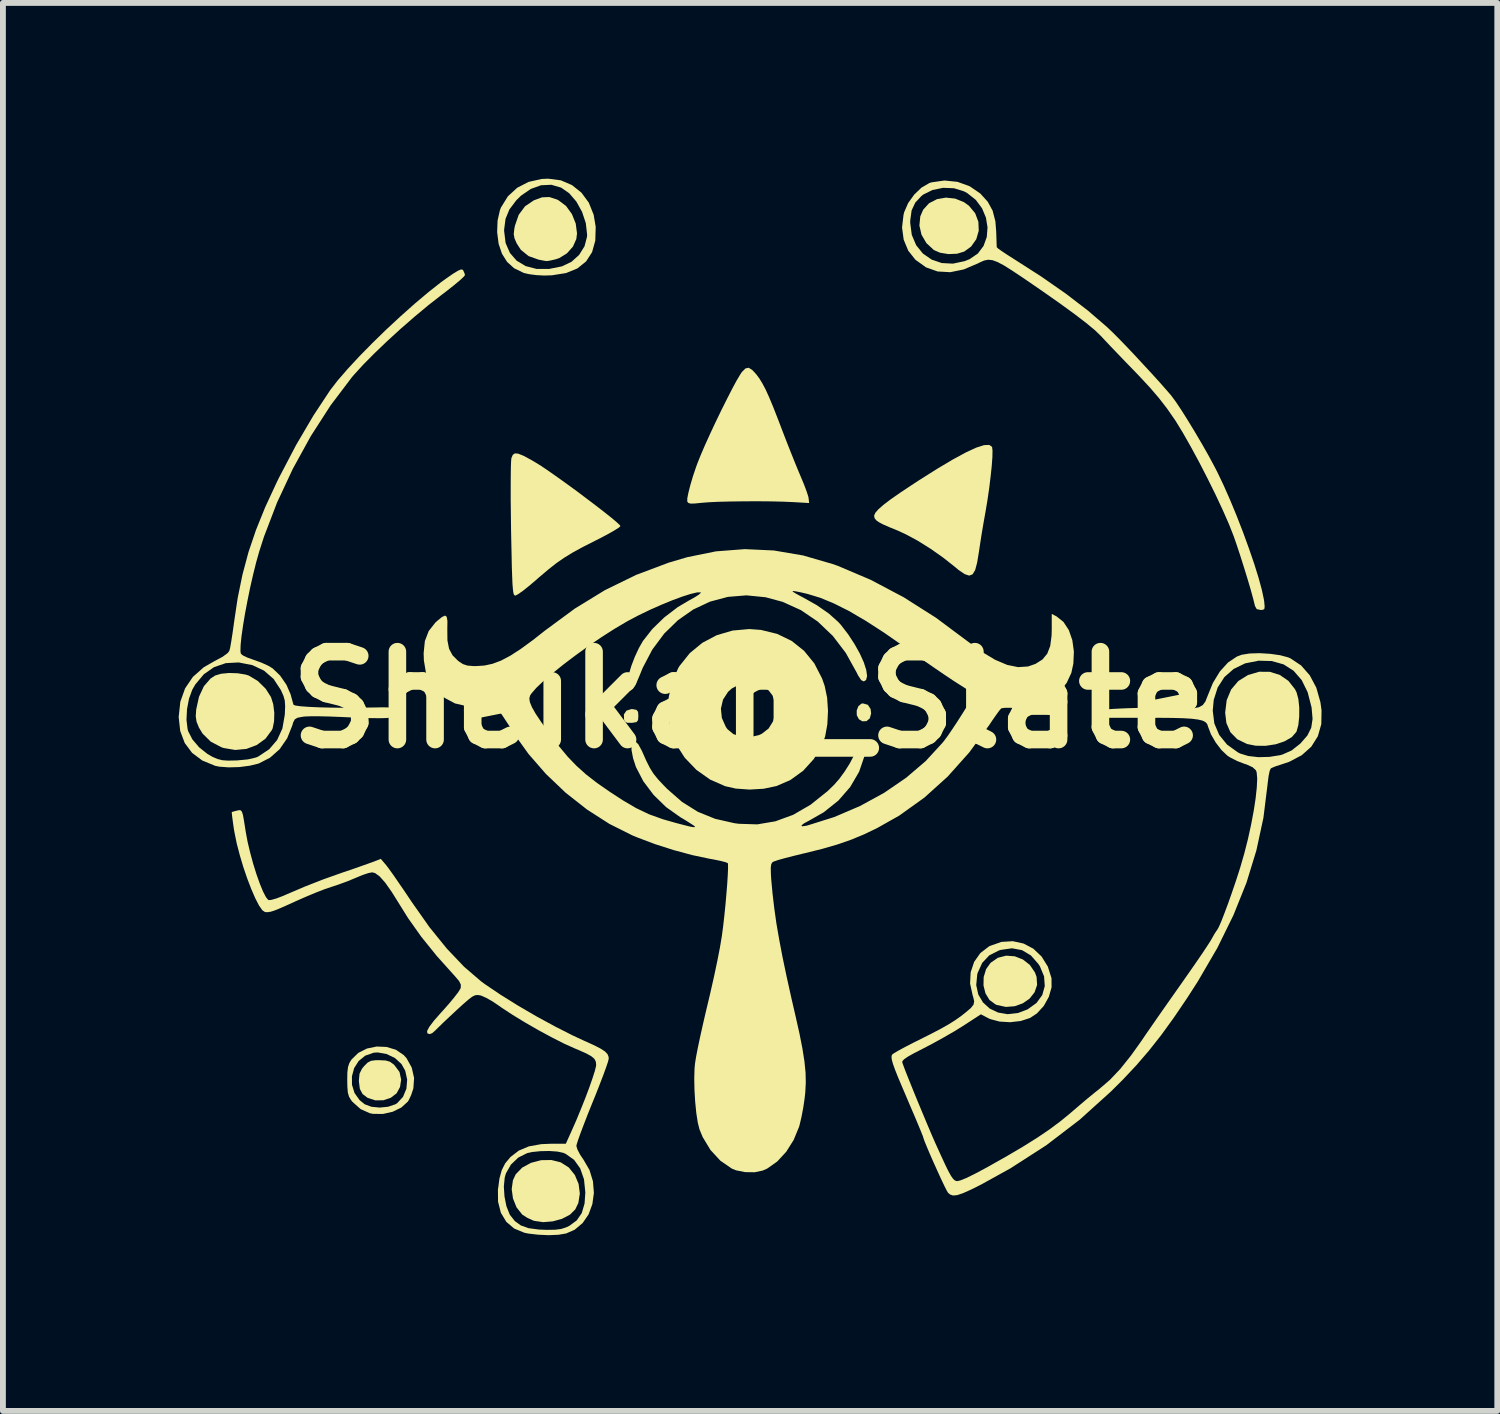
<source format=kicad_pcb>
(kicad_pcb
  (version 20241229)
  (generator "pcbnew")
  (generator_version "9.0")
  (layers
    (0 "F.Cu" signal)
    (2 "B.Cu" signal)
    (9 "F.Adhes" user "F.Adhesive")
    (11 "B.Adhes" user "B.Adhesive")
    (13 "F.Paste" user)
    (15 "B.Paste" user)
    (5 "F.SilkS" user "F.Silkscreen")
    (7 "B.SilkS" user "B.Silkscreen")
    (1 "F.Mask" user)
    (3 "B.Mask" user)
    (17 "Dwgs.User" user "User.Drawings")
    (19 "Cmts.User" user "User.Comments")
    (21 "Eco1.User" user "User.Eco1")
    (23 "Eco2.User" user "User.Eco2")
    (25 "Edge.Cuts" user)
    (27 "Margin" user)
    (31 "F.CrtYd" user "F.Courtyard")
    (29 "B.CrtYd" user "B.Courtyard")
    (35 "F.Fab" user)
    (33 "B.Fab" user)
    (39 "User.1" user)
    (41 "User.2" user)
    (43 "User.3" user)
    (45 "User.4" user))
  (footprint "Sheikah_Slate"
    (layer "F.Cu")
    (at 9.733 8.895)
    (property "Reference" "Sheikah_Slate" (at 0 0 0) (layer "F.SilkS") (effects (font (size 1.5 1.5) (thickness 0.3))))
    (attr board_only exclude_from_pos_files exclude_from_bom)
    (fp_poly (pts (xy 2.03 0.085) (xy 2.077 0.156) (xy 2.086 0.233) (xy 2.063 0.317) (xy 2.007 0.364) (xy 1.935 0.367) (xy 1.877 0.331) (xy 1.841 0.263) (xy 1.84 0.182) (xy 1.868 0.109) (xy 1.92 0.066) (xy 1.945 0.061)) (stroke (width 0) (type solid)) (fill yes) (layer "F.SilkS"))
    (fp_poly (pts (xy -1.984 0.159) (xy -1.918 0.172) (xy -1.892 0.206) (xy -1.887 0.276) (xy -1.892 0.347) (xy -1.919 0.38) (xy -1.986 0.392) (xy -1.999 0.393) (xy -2.079 0.392) (xy -2.119 0.368) (xy -2.131 0.34) (xy -2.134 0.249) (xy -2.089 0.184) (xy -2.005 0.158)) (stroke (width 0) (type solid)) (fill yes) (layer "F.SilkS"))
    (fp_poly (pts (xy 3.521 -8.555) (xy 3.673 -8.493) (xy 3.756 -8.433) (xy 3.862 -8.305) (xy 3.917 -8.159) (xy 3.923 -8.007) (xy 3.881 -7.862) (xy 3.793 -7.737) (xy 3.675 -7.651) (xy 3.553 -7.614) (xy 3.406 -7.608) (xy 3.263 -7.631) (xy 3.157 -7.677) (xy 3.03 -7.795) (xy 2.946 -7.938) (xy 2.91 -8.095) (xy 2.925 -8.251) (xy 2.974 -8.365) (xy 3.075 -8.476) (xy 3.209 -8.545) (xy 3.362 -8.572)) (stroke (width 0) (type solid)) (fill yes) (layer "F.SilkS"))
    (fp_poly (pts (xy 4.538 4.378) (xy 4.676 4.432) (xy 4.795 4.525) (xy 4.882 4.653) (xy 4.91 4.729) (xy 4.919 4.867) (xy 4.876 4.992) (xy 4.792 5.099) (xy 4.676 5.18) (xy 4.538 5.23) (xy 4.387 5.242) (xy 4.233 5.209) (xy 4.209 5.199) (xy 4.107 5.124) (xy 4.038 5.011) (xy 4.004 4.876) (xy 4.007 4.732) (xy 4.049 4.596) (xy 4.125 4.489) (xy 4.25 4.403) (xy 4.392 4.367)) (stroke (width 0) (type solid)) (fill yes) (layer "F.SilkS"))
    (fp_poly (pts (xy -6.201 6.156) (xy -6.128 6.177) (xy -6.064 6.223) (xy -6.049 6.238) (xy -5.964 6.352) (xy -5.936 6.483) (xy -5.955 6.609) (xy -6.013 6.716) (xy -6.113 6.793) (xy -6.239 6.835) (xy -6.376 6.837) (xy -6.509 6.794) (xy -6.51 6.793) (xy -6.594 6.729) (xy -6.641 6.641) (xy -6.657 6.513) (xy -6.657 6.491) (xy -6.646 6.381) (xy -6.604 6.296) (xy -6.567 6.251) (xy -6.508 6.192) (xy -6.45 6.162) (xy -6.369 6.151) (xy -6.309 6.151)) (stroke (width 0) (type solid)) (fill yes) (layer "F.SilkS"))
    (fp_poly (pts (xy -3.212 7.895) (xy -3.074 7.983) (xy -2.971 8.111) (xy -2.907 8.263) (xy -2.886 8.427) (xy -2.911 8.588) (xy -2.964 8.698) (xy -3.056 8.789) (xy -3.19 8.859) (xy -3.347 8.902) (xy -3.51 8.916) (xy -3.661 8.894) (xy -3.691 8.884) (xy -3.784 8.841) (xy -3.861 8.792) (xy -3.871 8.784) (xy -3.967 8.662) (xy -4.027 8.512) (xy -4.049 8.352) (xy -4.028 8.201) (xy -3.98 8.098) (xy -3.869 7.984) (xy -3.719 7.903) (xy -3.548 7.858) (xy -3.372 7.855)) (stroke (width 0) (type solid)) (fill yes) (layer "F.SilkS"))
    (fp_poly (pts (xy 8.891 -0.478) (xy 9.062 -0.424) (xy 9.209 -0.323) (xy 9.321 -0.181) (xy 9.349 -0.124) (xy 9.379 -0.011) (xy 9.394 0.134) (xy 9.393 0.289) (xy 9.378 0.431) (xy 9.348 0.539) (xy 9.343 0.549) (xy 9.266 0.637) (xy 9.144 0.708) (xy 8.991 0.759) (xy 8.822 0.785) (xy 8.652 0.784) (xy 8.502 0.754) (xy 8.336 0.673) (xy 8.219 0.554) (xy 8.15 0.397) (xy 8.129 0.22) (xy 8.155 0.006) (xy 8.231 -0.176) (xy 8.353 -0.32) (xy 8.518 -0.423) (xy 8.709 -0.479)) (stroke (width 0) (type solid)) (fill yes) (layer "F.SilkS"))
    (fp_poly (pts (xy -8.725 -0.453) (xy -8.591 -0.431) (xy -8.535 -0.413) (xy -8.383 -0.322) (xy -8.249 -0.19) (xy -8.157 -0.046) (xy -8.119 0.076) (xy -8.101 0.222) (xy -8.105 0.367) (xy -8.129 0.486) (xy -8.142 0.515) (xy -8.252 0.664) (xy -8.401 0.772) (xy -8.577 0.838) (xy -8.768 0.856) (xy -8.964 0.823) (xy -9.001 0.811) (xy -9.186 0.714) (xy -9.325 0.577) (xy -9.387 0.475) (xy -9.428 0.374) (xy -9.442 0.282) (xy -9.434 0.165) (xy -9.386 -0.054) (xy -9.303 -0.232) (xy -9.189 -0.363) (xy -9.11 -0.415) (xy -9.008 -0.445) (xy -8.872 -0.458)) (stroke (width 0) (type solid)) (fill yes) (layer "F.SilkS"))
    (fp_poly (pts (xy -3.277 -8.54) (xy -3.251 -8.527) (xy -3.122 -8.43) (xy -3.021 -8.291) (xy -2.956 -8.129) (xy -2.934 -7.961) (xy -2.946 -7.865) (xy -3.004 -7.735) (xy -3.106 -7.621) (xy -3.236 -7.54) (xy -3.299 -7.519) (xy -3.385 -7.499) (xy -3.445 -7.489) (xy -3.457 -7.489) (xy -3.501 -7.496) (xy -3.578 -7.511) (xy -3.59 -7.513) (xy -3.761 -7.574) (xy -3.892 -7.68) (xy -3.963 -7.789) (xy -4.001 -7.876) (xy -4.014 -7.948) (xy -4.005 -8.034) (xy -3.994 -8.092) (xy -3.929 -8.279) (xy -3.821 -8.424) (xy -3.672 -8.525) (xy -3.531 -8.577) (xy -3.407 -8.582)) (stroke (width 0) (type solid)) (fill yes) (layer "F.SilkS"))
    (fp_poly (pts (xy 4.149 -4.318) (xy 4.151 -4.313) (xy 4.158 -4.253) (xy 4.156 -4.143) (xy 4.145 -3.994) (xy 4.126 -3.815) (xy 4.102 -3.617) (xy 4.072 -3.41) (xy 4.038 -3.206) (xy 4.035 -3.19) (xy 4.003 -3.011) (xy 3.972 -2.827) (xy 3.946 -2.66) (xy 3.927 -2.532) (xy 3.927 -2.531) (xy 3.896 -2.344) (xy 3.862 -2.215) (xy 3.818 -2.142) (xy 3.76 -2.12) (xy 3.682 -2.146) (xy 3.578 -2.217) (xy 3.511 -2.273) (xy 3.317 -2.426) (xy 3.103 -2.577) (xy 2.884 -2.714) (xy 2.678 -2.825) (xy 2.551 -2.884) (xy 2.397 -2.947) (xy 2.29 -2.994) (xy 2.22 -3.031) (xy 2.177 -3.061) (xy 2.151 -3.092) (xy 2.144 -3.104) (xy 2.137 -3.143) (xy 2.157 -3.191) (xy 2.209 -3.251) (xy 2.295 -3.327) (xy 2.421 -3.423) (xy 2.591 -3.541) (xy 2.808 -3.685) (xy 2.895 -3.742) (xy 3.21 -3.941) (xy 3.479 -4.101) (xy 3.702 -4.222) (xy 3.879 -4.304) (xy 4.013 -4.347) (xy 4.103 -4.351)) (stroke (width 0) (type solid)) (fill yes) (layer "F.SilkS"))
    (fp_poly (pts (xy 0.059 -5.628) (xy 0.122 -5.56) (xy 0.176 -5.489) (xy 0.228 -5.404) (xy 0.284 -5.299) (xy 0.345 -5.165) (xy 0.416 -4.994) (xy 0.501 -4.777) (xy 0.567 -4.604) (xy 0.641 -4.412) (xy 0.719 -4.215) (xy 0.793 -4.03) (xy 0.857 -3.875) (xy 0.886 -3.807) (xy 0.94 -3.677) (xy 0.984 -3.56) (xy 1.013 -3.472) (xy 1.019 -3.439) (xy 1.028 -3.359) (xy 0.767 -3.374) (xy 0.588 -3.382) (xy 0.377 -3.387) (xy 0.147 -3.389) (xy -0.088 -3.388) (xy -0.314 -3.385) (xy -0.518 -3.38) (xy -0.687 -3.372) (xy -0.801 -3.363) (xy -0.921 -3.351) (xy -0.994 -3.349) (xy -1.033 -3.36) (xy -1.052 -3.383) (xy -1.052 -3.385) (xy -1.052 -3.437) (xy -1.033 -3.534) (xy -1 -3.664) (xy -0.956 -3.813) (xy -0.903 -3.971) (xy -0.88 -4.034) (xy -0.824 -4.174) (xy -0.751 -4.344) (xy -0.664 -4.536) (xy -0.57 -4.737) (xy -0.472 -4.94) (xy -0.376 -5.132) (xy -0.287 -5.306) (xy -0.21 -5.449) (xy -0.148 -5.553) (xy -0.12 -5.595) (xy -0.059 -5.656) (xy -0.004 -5.668)) (stroke (width 0) (type solid)) (fill yes) (layer "F.SilkS"))
    (fp_poly (pts (xy -3.939 -4.202) (xy -3.853 -4.168) (xy -3.729 -4.102) (xy -3.64 -4.05) (xy -3.542 -3.989) (xy -3.415 -3.903) (xy -3.267 -3.799) (xy -3.105 -3.683) (xy -2.936 -3.56) (xy -2.769 -3.434) (xy -2.609 -3.313) (xy -2.466 -3.202) (xy -2.345 -3.106) (xy -2.255 -3.03) (xy -2.203 -2.981) (xy -2.193 -2.965) (xy -2.219 -2.94) (xy -2.291 -2.894) (xy -2.4 -2.832) (xy -2.536 -2.76) (xy -2.625 -2.715) (xy -2.836 -2.608) (xy -3.006 -2.515) (xy -3.15 -2.427) (xy -3.285 -2.334) (xy -3.424 -2.224) (xy -3.584 -2.089) (xy -3.645 -2.035) (xy -3.76 -1.938) (xy -3.862 -1.857) (xy -3.941 -1.802) (xy -3.986 -1.779) (xy -3.988 -1.779) (xy -4.001 -1.784) (xy -4.013 -1.8) (xy -4.022 -1.835) (xy -4.029 -1.895) (xy -4.036 -1.983) (xy -4.041 -2.108) (xy -4.047 -2.273) (xy -4.051 -2.485) (xy -4.057 -2.751) (xy -4.06 -2.907) (xy -4.063 -3.167) (xy -4.066 -3.412) (xy -4.066 -3.633) (xy -4.065 -3.822) (xy -4.063 -3.972) (xy -4.059 -4.076) (xy -4.054 -4.126) (xy -4.031 -4.18) (xy -3.996 -4.206)) (stroke (width 0) (type solid)) (fill yes) (layer "F.SilkS"))
    (fp_poly (pts (xy -6.185 5.925) (xy -6.026 5.973) (xy -5.892 6.064) (xy -5.844 6.117) (xy -5.755 6.278) (xy -5.715 6.455) (xy -5.727 6.63) (xy -5.731 6.644) (xy -5.765 6.746) (xy -5.807 6.835) (xy -5.821 6.857) (xy -5.931 6.958) (xy -6.079 7.031) (xy -6.247 7.069) (xy -6.416 7.067) (xy -6.469 7.057) (xy -6.628 6.986) (xy -6.767 6.862) (xy -6.793 6.829) (xy -6.826 6.773) (xy -6.846 6.703) (xy -6.854 6.603) (xy -6.856 6.493) (xy -6.855 6.425) (xy -6.776 6.425) (xy -6.775 6.571) (xy -6.732 6.711) (xy -6.644 6.834) (xy -6.557 6.904) (xy -6.444 6.946) (xy -6.303 6.96) (xy -6.159 6.946) (xy -6.037 6.905) (xy -6.005 6.886) (xy -5.904 6.777) (xy -5.846 6.638) (xy -5.833 6.484) (xy -5.866 6.331) (xy -5.931 6.216) (xy -6.042 6.114) (xy -6.184 6.046) (xy -6.335 6.019) (xy -6.403 6.023) (xy -6.549 6.074) (xy -6.661 6.165) (xy -6.738 6.286) (xy -6.776 6.425) (xy -6.855 6.425) (xy -6.854 6.36) (xy -6.843 6.269) (xy -6.821 6.202) (xy -6.785 6.142) (xy -6.668 6.027) (xy -6.519 5.952) (xy -6.354 5.918)) (stroke (width 0) (type solid)) (fill yes) (layer "F.SilkS"))
    (fp_poly (pts (xy -3.21 -8.867) (xy -3.019 -8.785) (xy -2.858 -8.656) (xy -2.733 -8.486) (xy -2.65 -8.28) (xy -2.615 -8.072) (xy -2.622 -7.838) (xy -2.677 -7.641) (xy -2.779 -7.483) (xy -2.928 -7.363) (xy -3.122 -7.284) (xy -3.362 -7.246) (xy -3.495 -7.242) (xy -3.627 -7.249) (xy -3.752 -7.265) (xy -3.843 -7.286) (xy -3.844 -7.287) (xy -4.007 -7.366) (xy -4.127 -7.474) (xy -4.215 -7.614) (xy -4.272 -7.783) (xy -4.297 -7.979) (xy -4.297 -8.001) (xy -4.178 -8.001) (xy -4.153 -7.797) (xy -4.079 -7.627) (xy -3.964 -7.495) (xy -3.811 -7.403) (xy -3.625 -7.355) (xy -3.413 -7.354) (xy -3.19 -7.399) (xy -3.029 -7.476) (xy -2.898 -7.594) (xy -2.806 -7.741) (xy -2.763 -7.905) (xy -2.762 -7.943) (xy -2.784 -8.137) (xy -2.848 -8.329) (xy -2.945 -8.504) (xy -3.068 -8.647) (xy -3.204 -8.742) (xy -3.372 -8.791) (xy -3.548 -8.783) (xy -3.723 -8.72) (xy -3.889 -8.606) (xy -3.97 -8.527) (xy -4.088 -8.37) (xy -4.154 -8.21) (xy -4.178 -8.027) (xy -4.178 -8.001) (xy -4.297 -8.001) (xy -4.29 -8.18) (xy -4.249 -8.361) (xy -4.231 -8.405) (xy -4.114 -8.594) (xy -3.955 -8.74) (xy -3.761 -8.84) (xy -3.538 -8.89) (xy -3.427 -8.895)) (stroke (width 0) (type solid)) (fill yes) (layer "F.SilkS"))
    (fp_poly (pts (xy 0.206 -1.193) (xy 0.483 -1.125) (xy 0.73 -1.005) (xy 0.942 -0.836) (xy 1.116 -0.622) (xy 1.248 -0.366) (xy 1.293 -0.238) (xy 1.335 -0.036) (xy 1.35 0.189) (xy 1.339 0.415) (xy 1.302 0.622) (xy 1.252 0.767) (xy 1.109 1.009) (xy 0.926 1.211) (xy 0.708 1.369) (xy 0.47 1.472) (xy 0.251 1.518) (xy 0.011 1.532) (xy -0.225 1.515) (xy -0.406 1.474) (xy -0.663 1.361) (xy -0.896 1.196) (xy -1.095 0.989) (xy -1.25 0.748) (xy -1.267 0.712) (xy -1.348 0.475) (xy -1.381 0.216) (xy -1.378 0.15) (xy -0.478 0.15) (xy -0.462 0.31) (xy -0.394 0.462) (xy -0.366 0.502) (xy -0.265 0.585) (xy -0.129 0.63) (xy 0.022 0.637) (xy 0.173 0.601) (xy 0.218 0.581) (xy 0.336 0.49) (xy 0.414 0.364) (xy 0.452 0.219) (xy 0.449 0.068) (xy 0.403 -0.074) (xy 0.312 -0.192) (xy 0.292 -0.209) (xy 0.156 -0.279) (xy 0.004 -0.298) (xy -0.152 -0.269) (xy -0.294 -0.192) (xy -0.356 -0.136) (xy -0.442 -0.003) (xy -0.478 0.15) (xy -1.378 0.15) (xy -1.368 -0.05) (xy -1.31 -0.307) (xy -1.207 -0.54) (xy -1.184 -0.578) (xy -1.009 -0.797) (xy -0.795 -0.973) (xy -0.549 -1.103) (xy -0.28 -1.182) (xy 0.005 -1.208)) (stroke (width 0) (type solid)) (fill yes) (layer "F.SilkS"))
    (fp_poly (pts (xy 3.561 -8.841) (xy 3.768 -8.766) (xy 3.948 -8.643) (xy 3.95 -8.641) (xy 4.077 -8.501) (xy 4.16 -8.349) (xy 4.207 -8.168) (xy 4.221 -7.991) (xy 4.225 -7.874) (xy 4.228 -7.781) (xy 4.23 -7.729) (xy 4.231 -7.725) (xy 4.256 -7.701) (xy 4.324 -7.653) (xy 4.422 -7.588) (xy 4.517 -7.528) (xy 4.988 -7.226) (xy 5.413 -6.93) (xy 5.787 -6.643) (xy 6.107 -6.368) (xy 6.212 -6.268) (xy 6.311 -6.169) (xy 6.437 -6.039) (xy 6.58 -5.888) (xy 6.729 -5.727) (xy 6.877 -5.567) (xy 7.012 -5.418) (xy 7.125 -5.29) (xy 7.207 -5.195) (xy 7.215 -5.184) (xy 7.289 -5.084) (xy 7.385 -4.94) (xy 7.495 -4.765) (xy 7.613 -4.571) (xy 7.733 -4.367) (xy 7.846 -4.168) (xy 7.946 -3.982) (xy 7.994 -3.889) (xy 8.103 -3.661) (xy 8.215 -3.407) (xy 8.327 -3.136) (xy 8.435 -2.858) (xy 8.535 -2.583) (xy 8.625 -2.321) (xy 8.699 -2.083) (xy 8.755 -1.877) (xy 8.79 -1.713) (xy 8.795 -1.68) (xy 8.803 -1.592) (xy 8.797 -1.549) (xy 8.768 -1.535) (xy 8.732 -1.534) (xy 8.668 -1.548) (xy 8.637 -1.603) (xy 8.634 -1.618) (xy 8.607 -1.727) (xy 8.565 -1.88) (xy 8.511 -2.063) (xy 8.45 -2.261) (xy 8.387 -2.46) (xy 8.326 -2.645) (xy 8.275 -2.792) (xy 8.196 -2.993) (xy 8.091 -3.232) (xy 7.967 -3.498) (xy 7.829 -3.777) (xy 7.686 -4.055) (xy 7.542 -4.321) (xy 7.406 -4.56) (xy 7.284 -4.76) (xy 7.264 -4.789) (xy 7.136 -4.973) (xy 7 -5.149) (xy 6.844 -5.331) (xy 6.655 -5.534) (xy 6.581 -5.611) (xy 6.438 -5.758) (xy 6.301 -5.901) (xy 6.178 -6.029) (xy 6.079 -6.134) (xy 6.013 -6.205) (xy 6.01 -6.208) (xy 5.91 -6.305) (xy 5.756 -6.433) (xy 5.549 -6.591) (xy 5.29 -6.779) (xy 4.979 -6.997) (xy 4.677 -7.204) (xy 4.495 -7.325) (xy 4.354 -7.414) (xy 4.245 -7.472) (xy 4.158 -7.504) (xy 4.084 -7.512) (xy 4.015 -7.498) (xy 3.942 -7.466) (xy 3.911 -7.45) (xy 3.667 -7.346) (xy 3.437 -7.299) (xy 3.222 -7.311) (xy 3.024 -7.381) (xy 2.844 -7.51) (xy 2.842 -7.511) (xy 2.719 -7.667) (xy 2.642 -7.853) (xy 2.614 -8.06) (xy 2.623 -8.142) (xy 2.753 -8.142) (xy 2.78 -7.936) (xy 2.855 -7.759) (xy 2.97 -7.617) (xy 3.119 -7.514) (xy 3.292 -7.455) (xy 3.483 -7.445) (xy 3.684 -7.488) (xy 3.768 -7.522) (xy 3.908 -7.618) (xy 4.005 -7.747) (xy 4.06 -7.899) (xy 4.073 -8.063) (xy 4.046 -8.23) (xy 3.979 -8.39) (xy 3.873 -8.533) (xy 3.728 -8.648) (xy 3.671 -8.679) (xy 3.5 -8.732) (xy 3.314 -8.739) (xy 3.133 -8.702) (xy 2.976 -8.624) (xy 2.945 -8.6) (xy 2.839 -8.486) (xy 2.777 -8.353) (xy 2.754 -8.185) (xy 2.753 -8.142) (xy 2.623 -8.142) (xy 2.639 -8.277) (xy 2.651 -8.325) (xy 2.718 -8.479) (xy 2.821 -8.623) (xy 2.945 -8.742) (xy 3.077 -8.819) (xy 3.114 -8.832) (xy 3.338 -8.864)) (stroke (width 0) (type solid)) (fill yes) (layer "F.SilkS"))
    (fp_poly (pts (xy -4.886 -7.341) (xy -4.877 -7.331) (xy -4.851 -7.271) (xy -4.847 -7.248) (xy -4.871 -7.218) (xy -4.935 -7.159) (xy -5.033 -7.077) (xy -5.156 -6.98) (xy -5.253 -6.906) (xy -5.472 -6.735) (xy -5.705 -6.541) (xy -5.944 -6.333) (xy -6.177 -6.12) (xy -6.394 -5.912) (xy -6.585 -5.719) (xy -6.74 -5.549) (xy -6.777 -5.506) (xy -7.14 -5.026) (xy -7.478 -4.501) (xy -7.785 -3.943) (xy -8.054 -3.367) (xy -8.277 -2.785) (xy -8.357 -2.536) (xy -8.41 -2.349) (xy -8.462 -2.14) (xy -8.513 -1.917) (xy -8.559 -1.691) (xy -8.601 -1.47) (xy -8.635 -1.265) (xy -8.661 -1.083) (xy -8.676 -0.936) (xy -8.679 -0.831) (xy -8.672 -0.787) (xy -8.636 -0.757) (xy -8.558 -0.72) (xy -8.453 -0.682) (xy -8.446 -0.68) (xy -8.322 -0.635) (xy -8.205 -0.582) (xy -8.13 -0.537) (xy -8.003 -0.415) (xy -7.894 -0.257) (xy -7.822 -0.092) (xy -7.819 -0.079) (xy -7.795 0.008) (xy -7.777 0.073) (xy -7.774 0.084) (xy -7.74 0.098) (xy -7.653 0.11) (xy -7.519 0.12) (xy -7.346 0.128) (xy -7.142 0.133) (xy -6.914 0.136) (xy -6.669 0.135) (xy -6.415 0.131) (xy -6.392 0.131) (xy -6.251 0.128) (xy -6.16 0.13) (xy -6.106 0.138) (xy -6.079 0.155) (xy -6.066 0.182) (xy -6.063 0.192) (xy -6.06 0.256) (xy -6.073 0.287) (xy -6.109 0.302) (xy -6.185 0.311) (xy -6.305 0.314) (xy -6.474 0.312) (xy -6.696 0.305) (xy -6.975 0.292) (xy -6.981 0.292) (xy -7.161 0.285) (xy -7.331 0.281) (xy -7.476 0.281) (xy -7.582 0.285) (xy -7.616 0.289) (xy -7.705 0.306) (xy -7.752 0.334) (xy -7.78 0.389) (xy -7.794 0.439) (xy -7.881 0.656) (xy -8.01 0.843) (xy -8.175 0.989) (xy -8.367 1.087) (xy -8.369 1.088) (xy -8.521 1.125) (xy -8.699 1.148) (xy -8.881 1.153) (xy -9.041 1.141) (xy -9.112 1.126) (xy -9.33 1.036) (xy -9.504 0.906) (xy -9.63 0.737) (xy -9.707 0.532) (xy -9.728 0.341) (xy -9.6 0.341) (xy -9.581 0.5) (xy -9.571 0.537) (xy -9.499 0.676) (xy -9.384 0.811) (xy -9.241 0.925) (xy -9.157 0.973) (xy -9.07 1.01) (xy -8.989 1.031) (xy -8.893 1.038) (xy -8.759 1.035) (xy -8.743 1.035) (xy -8.551 1.017) (xy -8.411 0.984) (xy -8.375 0.968) (xy -8.188 0.844) (xy -8.052 0.685) (xy -7.963 0.49) (xy -7.922 0.256) (xy -7.921 0.238) (xy -7.916 0.109) (xy -7.922 0.015) (xy -7.944 -0.066) (xy -7.986 -0.161) (xy -7.989 -0.167) (xy -8.113 -0.356) (xy -8.276 -0.498) (xy -8.475 -0.592) (xy -8.475 -0.592) (xy -8.71 -0.638) (xy -8.929 -0.626) (xy -9.129 -0.558) (xy -9.303 -0.437) (xy -9.448 -0.264) (xy -9.501 -0.173) (xy -9.557 -0.019) (xy -9.591 0.16) (xy -9.6 0.341) (xy -9.728 0.341) (xy -9.733 0.294) (xy -9.733 0.291) (xy -9.705 0.033) (xy -9.624 -0.195) (xy -9.491 -0.391) (xy -9.306 -0.555) (xy -9.123 -0.66) (xy -8.984 -0.734) (xy -8.897 -0.798) (xy -8.868 -0.837) (xy -8.854 -0.893) (xy -8.836 -0.995) (xy -8.815 -1.13) (xy -8.793 -1.285) (xy -8.791 -1.304) (xy -8.726 -1.738) (xy -8.644 -2.138) (xy -8.542 -2.52) (xy -8.414 -2.898) (xy -8.256 -3.289) (xy -8.062 -3.707) (xy -8.022 -3.789) (xy -7.729 -4.349) (xy -7.432 -4.854) (xy -7.148 -5.284) (xy -7.02 -5.45) (xy -6.851 -5.645) (xy -6.651 -5.861) (xy -6.427 -6.089) (xy -6.189 -6.321) (xy -5.943 -6.549) (xy -5.7 -6.765) (xy -5.467 -6.961) (xy -5.254 -7.129) (xy -5.165 -7.193) (xy -5.045 -7.276) (xy -4.964 -7.325) (xy -4.914 -7.346)) (stroke (width 0) (type solid)) (fill yes) (layer "F.SilkS"))
    (fp_poly (pts (xy -8.673 1.887) (xy -8.653 1.912) (xy -8.636 1.967) (xy -8.619 2.061) (xy -8.596 2.204) (xy -8.589 2.251) (xy -8.557 2.423) (xy -8.513 2.608) (xy -8.462 2.796) (xy -8.406 2.976) (xy -8.348 3.139) (xy -8.293 3.273) (xy -8.243 3.369) (xy -8.203 3.417) (xy -8.199 3.419) (xy -8.151 3.415) (xy -8.064 3.39) (xy -7.953 3.348) (xy -7.903 3.326) (xy -7.575 3.186) (xy -7.263 3.064) (xy -6.933 2.947) (xy -6.902 2.937) (xy -6.753 2.886) (xy -6.608 2.835) (xy -6.487 2.792) (xy -6.431 2.772) (xy -6.283 2.715) (xy -6.192 2.822) (xy -6.147 2.881) (xy -6.075 2.981) (xy -5.984 3.113) (xy -5.879 3.266) (xy -5.768 3.431) (xy -5.755 3.451) (xy -5.453 3.88) (xy -5.155 4.248) (xy -4.861 4.557) (xy -4.572 4.805) (xy -4.504 4.855) (xy -4.242 5.032) (xy -3.942 5.219) (xy -3.623 5.405) (xy -3.303 5.579) (xy -3.001 5.732) (xy -2.822 5.815) (xy -2.654 5.891) (xy -2.536 5.951) (xy -2.458 6.001) (xy -2.414 6.047) (xy -2.395 6.094) (xy -2.393 6.125) (xy -2.404 6.174) (xy -2.436 6.269) (xy -2.485 6.404) (xy -2.548 6.568) (xy -2.621 6.754) (xy -2.669 6.871) (xy -2.747 7.065) (xy -2.816 7.243) (xy -2.874 7.396) (xy -2.917 7.516) (xy -2.941 7.593) (xy -2.945 7.616) (xy -2.927 7.676) (xy -2.881 7.764) (xy -2.826 7.845) (xy -2.721 8.026) (xy -2.662 8.219) (xy -2.646 8.417) (xy -2.672 8.607) (xy -2.736 8.782) (xy -2.838 8.931) (xy -2.974 9.045) (xy -3.12 9.109) (xy -3.251 9.131) (xy -3.418 9.138) (xy -3.598 9.13) (xy -3.767 9.11) (xy -3.834 9.096) (xy -4.006 9.025) (xy -4.141 8.91) (xy -4.234 8.755) (xy -4.282 8.566) (xy -4.284 8.359) (xy -4.276 8.307) (xy -4.183 8.307) (xy -4.172 8.479) (xy -4.139 8.644) (xy -4.086 8.778) (xy -4.078 8.793) (xy -3.995 8.898) (xy -3.892 8.972) (xy -3.759 9.019) (xy -3.583 9.042) (xy -3.448 9.047) (xy -3.307 9.045) (xy -3.205 9.032) (xy -3.121 9.005) (xy -3.066 8.979) (xy -2.939 8.886) (xy -2.853 8.761) (xy -2.805 8.597) (xy -2.792 8.408) (xy -2.815 8.184) (xy -2.88 7.997) (xy -2.985 7.851) (xy -3.128 7.75) (xy -3.169 7.732) (xy -3.269 7.711) (xy -3.406 7.701) (xy -3.556 7.704) (xy -3.697 7.718) (xy -3.784 7.737) (xy -3.936 7.813) (xy -4.062 7.933) (xy -4.147 8.082) (xy -4.168 8.153) (xy -4.183 8.307) (xy -4.276 8.307) (xy -4.258 8.17) (xy -4.218 8.026) (xy -4.159 7.91) (xy -4.073 7.808) (xy -4.069 7.803) (xy -3.927 7.694) (xy -3.755 7.622) (xy -3.543 7.584) (xy -3.367 7.577) (xy -3.125 7.577) (xy -3.025 7.355) (xy -2.946 7.176) (xy -2.868 6.987) (xy -2.793 6.799) (xy -2.726 6.621) (xy -2.671 6.464) (xy -2.631 6.339) (xy -2.61 6.255) (xy -2.607 6.234) (xy -2.613 6.176) (xy -2.637 6.129) (xy -2.688 6.085) (xy -2.774 6.037) (xy -2.906 5.978) (xy -2.971 5.951) (xy -3.151 5.87) (xy -3.364 5.762) (xy -3.594 5.638) (xy -3.823 5.506) (xy -4.036 5.376) (xy -4.216 5.258) (xy -4.259 5.227) (xy -4.373 5.15) (xy -4.482 5.088) (xy -4.567 5.05) (xy -4.589 5.044) (xy -4.634 5.038) (xy -4.676 5.044) (xy -4.724 5.068) (xy -4.788 5.117) (xy -4.878 5.195) (xy -4.993 5.3) (xy -5.11 5.409) (xy -5.215 5.508) (xy -5.297 5.588) (xy -5.347 5.637) (xy -5.35 5.641) (xy -5.405 5.689) (xy -5.447 5.706) (xy -5.489 5.693) (xy -5.493 5.653) (xy -5.456 5.583) (xy -5.377 5.478) (xy -5.254 5.338) (xy -5.227 5.309) (xy -5.12 5.188) (xy -5.028 5.077) (xy -4.959 4.987) (xy -4.923 4.927) (xy -4.919 4.918) (xy -4.917 4.862) (xy -4.946 4.802) (xy -5.015 4.72) (xy -5.021 4.714) (xy -5.328 4.372) (xy -5.591 4.046) (xy -5.819 3.724) (xy -5.963 3.493) (xy -6.096 3.28) (xy -6.208 3.121) (xy -6.303 3.014) (xy -6.382 2.957) (xy -6.43 2.945) (xy -6.495 2.957) (xy -6.593 2.99) (xy -6.705 3.036) (xy -6.707 3.037) (xy -6.851 3.097) (xy -7.013 3.156) (xy -7.125 3.193) (xy -7.236 3.23) (xy -7.383 3.287) (xy -7.549 3.356) (xy -7.715 3.429) (xy -7.731 3.436) (xy -7.896 3.511) (xy -8.015 3.563) (xy -8.099 3.597) (xy -8.159 3.616) (xy -8.206 3.624) (xy -8.248 3.624) (xy -8.259 3.623) (xy -8.305 3.592) (xy -8.362 3.511) (xy -8.426 3.387) (xy -8.494 3.23) (xy -8.563 3.05) (xy -8.63 2.854) (xy -8.69 2.652) (xy -8.742 2.453) (xy -8.78 2.266) (xy -8.79 2.211) (xy -8.808 2.086) (xy -8.821 1.987) (xy -8.827 1.927) (xy -8.826 1.916) (xy -8.795 1.906) (xy -8.738 1.891) (xy -8.7 1.883)) (stroke (width 0) (type solid)) (fill yes) (layer "F.SilkS"))
    (fp_poly (pts (xy 8.898 -0.785) (xy 9.068 -0.761) (xy 9.206 -0.724) (xy 9.243 -0.708) (xy 9.425 -0.587) (xy 9.573 -0.418) (xy 9.685 -0.207) (xy 9.755 0.041) (xy 9.774 0.18) (xy 9.77 0.415) (xy 9.711 0.622) (xy 9.6 0.799) (xy 9.437 0.945) (xy 9.223 1.058) (xy 9.08 1.106) (xy 8.99 1.135) (xy 8.923 1.163) (xy 8.908 1.172) (xy 8.889 1.212) (xy 8.871 1.298) (xy 8.856 1.413) (xy 8.852 1.45) (xy 8.782 2.014) (xy 8.662 2.57) (xy 8.493 3.121) (xy 8.271 3.674) (xy 7.996 4.234) (xy 7.664 4.804) (xy 7.479 5.092) (xy 7.251 5.428) (xy 7.038 5.722) (xy 6.83 5.986) (xy 6.616 6.235) (xy 6.385 6.481) (xy 6.177 6.688) (xy 5.645 7.168) (xy 5.076 7.603) (xy 4.464 7.997) (xy 3.967 8.272) (xy 3.789 8.361) (xy 3.655 8.421) (xy 3.557 8.454) (xy 3.486 8.461) (xy 3.434 8.444) (xy 3.398 8.413) (xy 3.374 8.372) (xy 3.332 8.288) (xy 3.277 8.172) (xy 3.215 8.036) (xy 3.15 7.892) (xy 3.089 7.753) (xy 3.036 7.628) (xy 2.997 7.532) (xy 2.977 7.475) (xy 2.976 7.467) (xy 2.964 7.435) (xy 2.932 7.355) (xy 2.882 7.235) (xy 2.819 7.085) (xy 2.745 6.913) (xy 2.717 6.846) (xy 2.621 6.621) (xy 2.547 6.446) (xy 2.494 6.313) (xy 2.459 6.215) (xy 2.44 6.147) (xy 2.434 6.1) (xy 2.438 6.069) (xy 2.446 6.054) (xy 2.481 6.029) (xy 2.56 5.983) (xy 2.675 5.921) (xy 2.815 5.849) (xy 2.899 5.807) (xy 3.109 5.702) (xy 3.275 5.615) (xy 3.408 5.54) (xy 3.519 5.47) (xy 3.62 5.399) (xy 3.696 5.339) (xy 3.787 5.262) (xy 3.834 5.203) (xy 3.845 5.146) (xy 3.828 5.071) (xy 3.819 5.044) (xy 3.781 4.869) (xy 3.88 4.869) (xy 3.915 5.03) (xy 3.995 5.165) (xy 4.11 5.27) (xy 4.253 5.338) (xy 4.417 5.366) (xy 4.593 5.346) (xy 4.758 5.283) (xy 4.908 5.175) (xy 5.007 5.04) (xy 5.05 4.886) (xy 5.038 4.72) (xy 4.967 4.549) (xy 4.942 4.51) (xy 4.813 4.363) (xy 4.662 4.273) (xy 4.491 4.241) (xy 4.302 4.268) (xy 4.268 4.278) (xy 4.103 4.362) (xy 3.982 4.49) (xy 3.905 4.66) (xy 3.897 4.689) (xy 3.88 4.869) (xy 3.781 4.869) (xy 3.775 4.844) (xy 3.785 4.651) (xy 3.844 4.474) (xy 3.95 4.323) (xy 4.098 4.209) (xy 4.114 4.201) (xy 4.31 4.132) (xy 4.504 4.12) (xy 4.688 4.16) (xy 4.855 4.248) (xy 4.995 4.381) (xy 5.102 4.553) (xy 5.165 4.751) (xy 5.166 4.907) (xy 5.119 5.071) (xy 5.033 5.225) (xy 4.916 5.353) (xy 4.8 5.43) (xy 4.641 5.482) (xy 4.459 5.503) (xy 4.278 5.492) (xy 4.12 5.45) (xy 4.089 5.436) (xy 3.96 5.368) (xy 3.657 5.565) (xy 3.505 5.659) (xy 3.321 5.765) (xy 3.131 5.87) (xy 2.978 5.95) (xy 2.822 6.03) (xy 2.714 6.09) (xy 2.65 6.134) (xy 2.62 6.167) (xy 2.618 6.191) (xy 2.641 6.255) (xy 2.683 6.365) (xy 2.741 6.51) (xy 2.809 6.679) (xy 2.884 6.862) (xy 2.961 7.047) (xy 3.035 7.224) (xy 3.102 7.383) (xy 3.158 7.512) (xy 3.18 7.562) (xy 3.274 7.769) (xy 3.347 7.927) (xy 3.403 8.042) (xy 3.447 8.122) (xy 3.482 8.172) (xy 3.511 8.201) (xy 3.539 8.213) (xy 3.552 8.216) (xy 3.608 8.204) (xy 3.712 8.162) (xy 3.858 8.09) (xy 4.042 7.992) (xy 4.089 7.966) (xy 4.411 7.784) (xy 4.686 7.622) (xy 4.922 7.474) (xy 5.126 7.336) (xy 5.308 7.201) (xy 5.475 7.065) (xy 5.505 7.039) (xy 5.639 6.924) (xy 5.775 6.809) (xy 5.897 6.709) (xy 5.985 6.639) (xy 6.163 6.486) (xy 6.34 6.299) (xy 6.522 6.071) (xy 6.695 5.829) (xy 6.775 5.711) (xy 6.883 5.555) (xy 7.01 5.372) (xy 7.149 5.174) (xy 7.291 4.972) (xy 7.379 4.847) (xy 7.507 4.664) (xy 7.626 4.493) (xy 7.731 4.34) (xy 7.815 4.214) (xy 7.873 4.124) (xy 7.899 4.08) (xy 7.946 3.996) (xy 7.99 3.93) (xy 7.996 3.923) (xy 8.022 3.875) (xy 8.064 3.779) (xy 8.116 3.645) (xy 8.177 3.482) (xy 8.241 3.301) (xy 8.306 3.111) (xy 8.367 2.923) (xy 8.389 2.853) (xy 8.457 2.617) (xy 8.519 2.373) (xy 8.572 2.13) (xy 8.616 1.897) (xy 8.649 1.682) (xy 8.669 1.496) (xy 8.676 1.345) (xy 8.667 1.24) (xy 8.655 1.204) (xy 8.598 1.151) (xy 8.493 1.103) (xy 8.457 1.092) (xy 8.334 1.045) (xy 8.211 0.982) (xy 8.166 0.952) (xy 8.066 0.857) (xy 7.967 0.728) (xy 7.886 0.587) (xy 7.837 0.458) (xy 7.836 0.454) (xy 7.822 0.413) (xy 7.793 0.381) (xy 7.743 0.355) (xy 7.668 0.337) (xy 7.559 0.323) (xy 7.412 0.314) (xy 7.219 0.309) (xy 6.975 0.307) (xy 6.802 0.307) (xy 6.013 0.307) (xy 6.013 0.235) (xy 6.014 0.207) (xy 6.026 0.186) (xy 6.032 0.184) (xy 7.917 0.184) (xy 7.944 0.403) (xy 8.027 0.599) (xy 8.161 0.764) (xy 8.343 0.895) (xy 8.383 0.916) (xy 8.522 0.959) (xy 8.696 0.979) (xy 8.885 0.974) (xy 9.067 0.945) (xy 9.107 0.934) (xy 9.262 0.865) (xy 9.411 0.748) (xy 9.417 0.742) (xy 9.532 0.61) (xy 9.598 0.477) (xy 9.621 0.326) (xy 9.605 0.14) (xy 9.603 0.126) (xy 9.537 -0.13) (xy 9.435 -0.337) (xy 9.297 -0.496) (xy 9.126 -0.605) (xy 8.923 -0.662) (xy 8.7 -0.668) (xy 8.47 -0.622) (xy 8.274 -0.527) (xy 8.116 -0.388) (xy 8.001 -0.21) (xy 7.934 0.002) (xy 7.917 0.184) (xy 6.032 0.184) (xy 6.057 0.172) (xy 6.117 0.163) (xy 6.215 0.155) (xy 6.361 0.148) (xy 6.451 0.144) (xy 6.653 0.138) (xy 6.875 0.136) (xy 7.089 0.138) (xy 7.262 0.144) (xy 7.45 0.15) (xy 7.586 0.146) (xy 7.682 0.126) (xy 7.747 0.089) (xy 7.791 0.03) (xy 7.824 -0.053) (xy 7.919 -0.287) (xy 8.039 -0.484) (xy 8.178 -0.637) (xy 8.329 -0.738) (xy 8.411 -0.769) (xy 8.548 -0.791) (xy 8.718 -0.796)) (stroke (width 0) (type solid)) (fill yes) (layer "F.SilkS"))
    (fp_poly (pts (xy 0.425 -2.549) (xy 0.925 -2.464) (xy 1.428 -2.318) (xy 1.519 -2.286) (xy 2.081 -2.047) (xy 2.641 -1.751) (xy 3.194 -1.4) (xy 3.712 -1.014) (xy 3.97 -0.823) (xy 4.201 -0.684) (xy 4.408 -0.596) (xy 4.594 -0.558) (xy 4.764 -0.569) (xy 4.891 -0.613) (xy 5.01 -0.688) (xy 5.092 -0.787) (xy 5.143 -0.918) (xy 5.166 -1.093) (xy 5.169 -1.201) (xy 5.169 -1.466) (xy 5.251 -1.424) (xy 5.369 -1.33) (xy 5.46 -1.191) (xy 5.52 -1.019) (xy 5.547 -0.824) (xy 5.538 -0.619) (xy 5.504 -0.461) (xy 5.425 -0.291) (xy 5.3 -0.131) (xy 5.145 0.003) (xy 4.974 0.094) (xy 4.863 0.13) (xy 4.762 0.146) (xy 4.64 0.146) (xy 4.571 0.142) (xy 4.455 0.136) (xy 4.363 0.137) (xy 4.311 0.145) (xy 4.308 0.146) (xy 4.277 0.18) (xy 4.223 0.254) (xy 4.153 0.354) (xy 4.103 0.429) (xy 3.762 0.897) (xy 3.393 1.31) (xy 2.994 1.67) (xy 2.565 1.977) (xy 2.191 2.188) (xy 1.964 2.297) (xy 1.742 2.389) (xy 1.511 2.469) (xy 1.252 2.544) (xy 0.951 2.619) (xy 0.935 2.622) (xy 0.768 2.663) (xy 0.619 2.701) (xy 0.501 2.734) (xy 0.425 2.76) (xy 0.403 2.771) (xy 0.382 2.803) (xy 0.373 2.864) (xy 0.375 2.966) (xy 0.381 3.067) (xy 0.404 3.313) (xy 0.433 3.559) (xy 0.469 3.815) (xy 0.516 4.087) (xy 0.573 4.387) (xy 0.643 4.721) (xy 0.727 5.1) (xy 0.796 5.398) (xy 0.864 5.701) (xy 0.914 5.956) (xy 0.948 6.173) (xy 0.967 6.363) (xy 0.971 6.536) (xy 0.962 6.703) (xy 0.951 6.803) (xy 0.928 6.959) (xy 0.898 7.118) (xy 0.866 7.253) (xy 0.856 7.289) (xy 0.763 7.514) (xy 0.637 7.714) (xy 0.485 7.879) (xy 0.316 7.999) (xy 0.236 8.035) (xy 0.097 8.064) (xy -0.065 8.062) (xy -0.219 8.031) (xy -0.291 8.002) (xy -0.487 7.867) (xy -0.656 7.684) (xy -0.79 7.462) (xy -0.844 7.331) (xy -0.873 7.214) (xy -0.898 7.053) (xy -0.917 6.863) (xy -0.929 6.663) (xy -0.933 6.467) (xy -0.928 6.294) (xy -0.92 6.208) (xy -0.903 6.101) (xy -0.874 5.95) (xy -0.836 5.769) (xy -0.792 5.571) (xy -0.75 5.388) (xy -0.664 5.026) (xy -0.594 4.717) (xy -0.539 4.456) (xy -0.496 4.236) (xy -0.465 4.052) (xy -0.46 4.019) (xy -0.439 3.86) (xy -0.419 3.682) (xy -0.4 3.496) (xy -0.384 3.312) (xy -0.37 3.14) (xy -0.361 2.992) (xy -0.356 2.876) (xy -0.357 2.805) (xy -0.361 2.787) (xy -0.4 2.771) (xy -0.486 2.749) (xy -0.603 2.725) (xy -0.676 2.712) (xy -0.965 2.651) (xy -1.284 2.565) (xy -1.609 2.461) (xy -1.918 2.344) (xy -1.994 2.312) (xy -2.381 2.118) (xy -2.763 1.873) (xy -3.128 1.586) (xy -3.464 1.266) (xy -3.762 0.924) (xy -3.951 0.66) (xy -4.041 0.521) (xy -4.126 0.391) (xy -4.197 0.284) (xy -4.244 0.213) (xy -4.245 0.21) (xy -4.32 0.098) (xy -4.576 0.114) (xy -4.814 0.109) (xy -5.016 0.062) (xy -5.179 -0.025) (xy -3.748 -0.025) (xy -3.739 0.039) (xy -3.704 0.125) (xy -3.64 0.238) (xy -3.542 0.384) (xy -3.409 0.571) (xy -3.4 0.583) (xy -3.242 0.792) (xy -3.093 0.971) (xy -2.942 1.128) (xy -2.779 1.274) (xy -2.591 1.42) (xy -2.369 1.574) (xy -2.151 1.716) (xy -1.924 1.849) (xy -1.704 1.954) (xy -1.467 2.039) (xy -1.242 2.103) (xy -1.1 2.14) (xy -1.008 2.163) (xy -0.953 2.173) (xy -0.928 2.174) (xy -0.92 2.167) (xy -0.92 2.165) (xy -0.945 2.144) (xy -1.011 2.101) (xy -1.107 2.041) (xy -1.17 2.004) (xy -1.414 1.831) (xy -1.627 1.623) (xy -1.801 1.392) (xy -1.928 1.148) (xy -1.977 0.998) (xy -2.004 0.857) (xy -2.003 0.759) (xy -1.981 0.708) (xy -1.941 0.707) (xy -1.888 0.759) (xy -1.828 0.869) (xy -1.822 0.882) (xy -1.751 1.042) (xy -1.69 1.163) (xy -1.628 1.262) (xy -1.552 1.356) (xy -1.452 1.463) (xy -1.396 1.52) (xy -1.141 1.743) (xy -0.871 1.912) (xy -0.577 2.031) (xy -0.247 2.106) (xy -0.172 2.116) (xy 0.142 2.126) (xy 0.451 2.074) (xy 0.755 1.963) (xy 1.052 1.791) (xy 1.34 1.561) (xy 1.451 1.454) (xy 1.544 1.348) (xy 1.637 1.22) (xy 1.722 1.085) (xy 1.789 0.957) (xy 1.831 0.851) (xy 1.841 0.797) (xy 1.863 0.734) (xy 1.888 0.704) (xy 1.935 0.681) (xy 1.979 0.708) (xy 2.001 0.74) (xy 2.007 0.787) (xy 1.996 0.864) (xy 1.978 0.944) (xy 1.881 1.228) (xy 1.729 1.488) (xy 1.527 1.72) (xy 1.278 1.919) (xy 1.035 2.058) (xy 0.94 2.109) (xy 0.897 2.144) (xy 0.907 2.159) (xy 0.97 2.151) (xy 1.005 2.143) (xy 1.459 2) (xy 1.896 1.813) (xy 2.306 1.589) (xy 2.683 1.331) (xy 3.018 1.045) (xy 3.302 0.736) (xy 3.336 0.694) (xy 3.397 0.611) (xy 3.472 0.501) (xy 3.555 0.376) (xy 3.638 0.246) (xy 3.715 0.123) (xy 3.778 0.018) (xy 3.82 -0.058) (xy 3.835 -0.094) (xy 3.81 -0.117) (xy 3.744 -0.164) (xy 3.648 -0.226) (xy 3.581 -0.268) (xy 3.486 -0.329) (xy 3.351 -0.419) (xy 3.187 -0.531) (xy 3.002 -0.659) (xy 2.809 -0.795) (xy 2.654 -0.905) (xy 2.303 -1.149) (xy 1.99 -1.351) (xy 1.708 -1.516) (xy 1.453 -1.644) (xy 1.219 -1.741) (xy 1.002 -1.807) (xy 0.998 -1.808) (xy 0.884 -1.835) (xy 0.796 -1.852) (xy 0.747 -1.858) (xy 0.742 -1.857) (xy 0.761 -1.838) (xy 0.823 -1.801) (xy 0.914 -1.752) (xy 0.925 -1.747) (xy 1.161 -1.614) (xy 1.366 -1.471) (xy 1.528 -1.326) (xy 1.57 -1.279) (xy 1.695 -1.117) (xy 1.803 -0.951) (xy 1.893 -0.79) (xy 1.961 -0.64) (xy 2.003 -0.509) (xy 2.017 -0.406) (xy 2 -0.338) (xy 1.961 -0.314) (xy 1.916 -0.336) (xy 1.862 -0.419) (xy 1.839 -0.466) (xy 1.654 -0.8) (xy 1.432 -1.091) (xy 1.176 -1.335) (xy 0.889 -1.53) (xy 0.576 -1.672) (xy 0.283 -1.751) (xy -0.042 -1.783) (xy -0.359 -1.757) (xy -0.663 -1.676) (xy -0.949 -1.542) (xy -1.211 -1.359) (xy -1.446 -1.13) (xy -1.649 -0.857) (xy -1.814 -0.543) (xy -1.86 -0.429) (xy -1.923 -0.28) (xy -1.978 -0.189) (xy -2.023 -0.157) (xy -2.057 -0.184) (xy -2.073 -0.229) (xy -2.074 -0.313) (xy -2.05 -0.435) (xy -2.006 -0.581) (xy -1.947 -0.735) (xy -1.878 -0.883) (xy -1.809 -1.004) (xy -1.648 -1.209) (xy -1.444 -1.407) (xy -1.215 -1.582) (xy -1.028 -1.693) (xy -0.925 -1.75) (xy -0.852 -1.797) (xy -0.82 -1.827) (xy -0.822 -1.833) (xy -0.886 -1.833) (xy -0.995 -1.807) (xy -1.14 -1.761) (xy -1.31 -1.698) (xy -1.497 -1.621) (xy -1.691 -1.535) (xy -1.882 -1.443) (xy -2.06 -1.349) (xy -2.094 -1.33) (xy -2.3 -1.208) (xy -2.517 -1.069) (xy -2.737 -0.919) (xy -2.954 -0.763) (xy -3.159 -0.608) (xy -3.345 -0.459) (xy -3.504 -0.323) (xy -3.629 -0.204) (xy -3.712 -0.108) (xy -3.734 -0.075) (xy -3.748 -0.025) (xy -5.179 -0.025) (xy -5.193 -0.033) (xy -5.321 -0.142) (xy -5.439 -0.291) (xy -5.513 -0.464) (xy -5.548 -0.673) (xy -5.552 -0.795) (xy -5.531 -1.003) (xy -5.466 -1.173) (xy -5.354 -1.316) (xy -5.326 -1.342) (xy -5.242 -1.411) (xy -5.188 -1.438) (xy -5.158 -1.417) (xy -5.146 -1.345) (xy -5.148 -1.216) (xy -5.148 -1.201) (xy -5.146 -1.014) (xy -5.118 -0.871) (xy -5.059 -0.76) (xy -4.966 -0.667) (xy -4.957 -0.66) (xy -4.882 -0.61) (xy -4.807 -0.585) (xy -4.705 -0.576) (xy -4.655 -0.576) (xy -4.514 -0.585) (xy -4.376 -0.615) (xy -4.232 -0.669) (xy -4.074 -0.752) (xy -3.896 -0.867) (xy -3.688 -1.019) (xy -3.482 -1.181) (xy -2.973 -1.556) (xy -2.456 -1.873) (xy -1.923 -2.133) (xy -1.37 -2.341) (xy -1.051 -2.435) (xy -0.563 -2.534) (xy -0.071 -2.572)) (stroke (width 0) (type solid)) (fill yes) (layer "F.SilkS")))
  (gr_rect
    (start -3 -3)
    (end 22.507 21.033)
    (stroke (width 0.1) (type default))
    (fill no)
    (layer "Edge.Cuts")))
</source>
